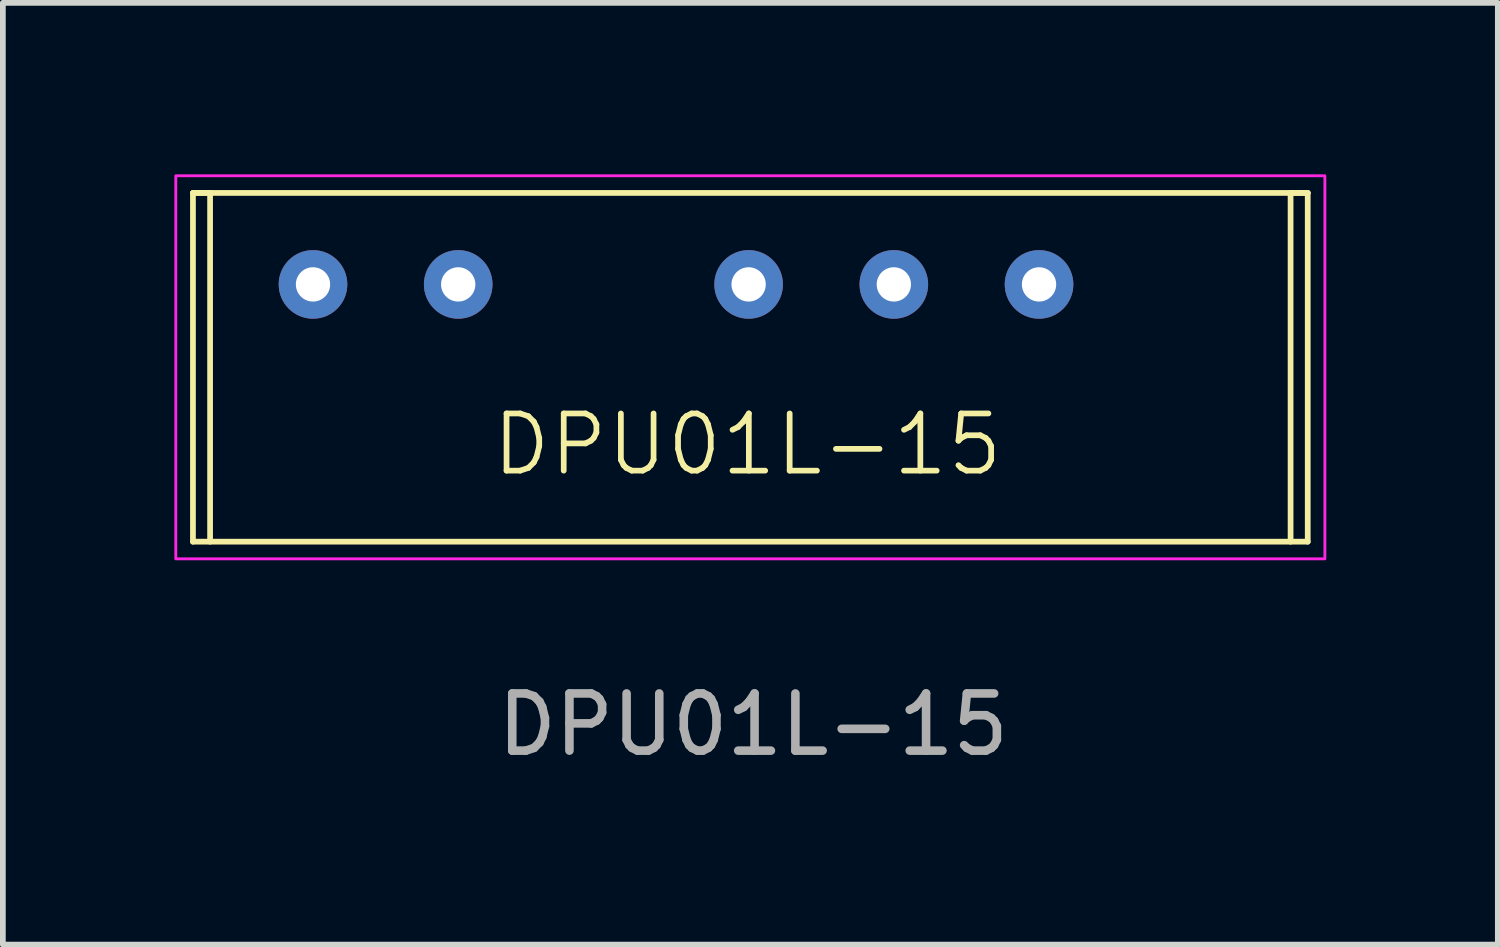
<source format=kicad_pcb>
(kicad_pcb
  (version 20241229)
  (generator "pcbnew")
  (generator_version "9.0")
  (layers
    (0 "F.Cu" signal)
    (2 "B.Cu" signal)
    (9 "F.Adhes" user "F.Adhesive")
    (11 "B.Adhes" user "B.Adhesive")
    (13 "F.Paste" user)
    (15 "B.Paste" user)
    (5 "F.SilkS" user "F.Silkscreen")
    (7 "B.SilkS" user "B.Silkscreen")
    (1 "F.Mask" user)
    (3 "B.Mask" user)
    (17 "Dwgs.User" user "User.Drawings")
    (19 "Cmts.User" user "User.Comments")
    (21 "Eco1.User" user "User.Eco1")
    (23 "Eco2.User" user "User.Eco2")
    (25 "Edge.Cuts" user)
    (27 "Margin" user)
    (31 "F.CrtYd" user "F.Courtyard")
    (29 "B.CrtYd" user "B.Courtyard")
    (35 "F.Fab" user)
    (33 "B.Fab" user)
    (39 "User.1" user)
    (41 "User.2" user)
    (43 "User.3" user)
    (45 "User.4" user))
  (footprint "DPU01L-15"
    (layer "F.Cu")
    (at 2.425 1.925)
    (property "Reference" "DPU01L-15" (at 7.6 2.8 0) (unlocked yes) (layer "F.SilkS") (effects (font (size 1 1) (thickness 0.1))))
    (attr smd)
    (fp_line (start -2.1 -1.6) (end -2.1 4.5) (stroke (width 0.1) (type default)) (layer "F.SilkS"))
    (fp_line (start -2.1 -1.6) (end -1.8 -1.6) (stroke (width 0.1) (type default)) (layer "F.SilkS"))
    (fp_line (start -2.1 -1.6) (end 17.4 -1.6) (stroke (width 0.1) (type default)) (layer "F.SilkS"))
    (fp_line (start -1.8 -1.6) (end -1.8 4.5) (stroke (width 0.1) (type default)) (layer "F.SilkS"))
    (fp_line (start 17.1 -1.6) (end 17.1 4.5) (stroke (width 0.1) (type default)) (layer "F.SilkS"))
    (fp_line (start 17.4 -1.6) (end 17.1 -1.6) (stroke (width 0.1) (type default)) (layer "F.SilkS"))
    (fp_line (start 17.4 -1.6) (end 17.4 4.5) (stroke (width 0.1) (type default)) (layer "F.SilkS"))
    (fp_line (start 17.4 4.5) (end -2.1 4.5) (stroke (width 0.1) (type default)) (layer "F.SilkS"))
    (fp_rect (start -2.4 -1.9) (end 17.7 4.8) (stroke (width 0.05) (type default)) (fill no) (layer "F.CrtYd"))
    (fp_text user "${REFERENCE}" (at 7.7 7.7 0) (unlocked yes) (layer "F.Fab") (effects (font (size 1 1) (thickness 0.15))))
    (pad "1" thru_hole circle (at 0 0) (size 1.2 1.2) (drill 0.6) (layers "*.Cu" "*.Mask"))
    (pad "2" thru_hole circle (at 2.54 0) (size 1.2 1.2) (drill 0.6) (layers "*.Cu" "*.Mask"))
    (pad "4" thru_hole circle (at 7.62 0) (size 1.2 1.2) (drill 0.6) (layers "*.Cu" "*.Mask"))
    (pad "5" thru_hole circle (at 10.16 0) (size 1.2 1.2) (drill 0.6) (layers "*.Cu" "*.Mask"))
    (pad "6" thru_hole circle (at 12.7 0) (size 1.2 1.2) (drill 0.6) (layers "*.Cu" "*.Mask")))
  (gr_rect
    (start -3 -3)
    (end 23.15 13.473)
    (stroke (width 0.1) (type default))
    (fill no)
    (layer "Edge.Cuts")))
</source>
